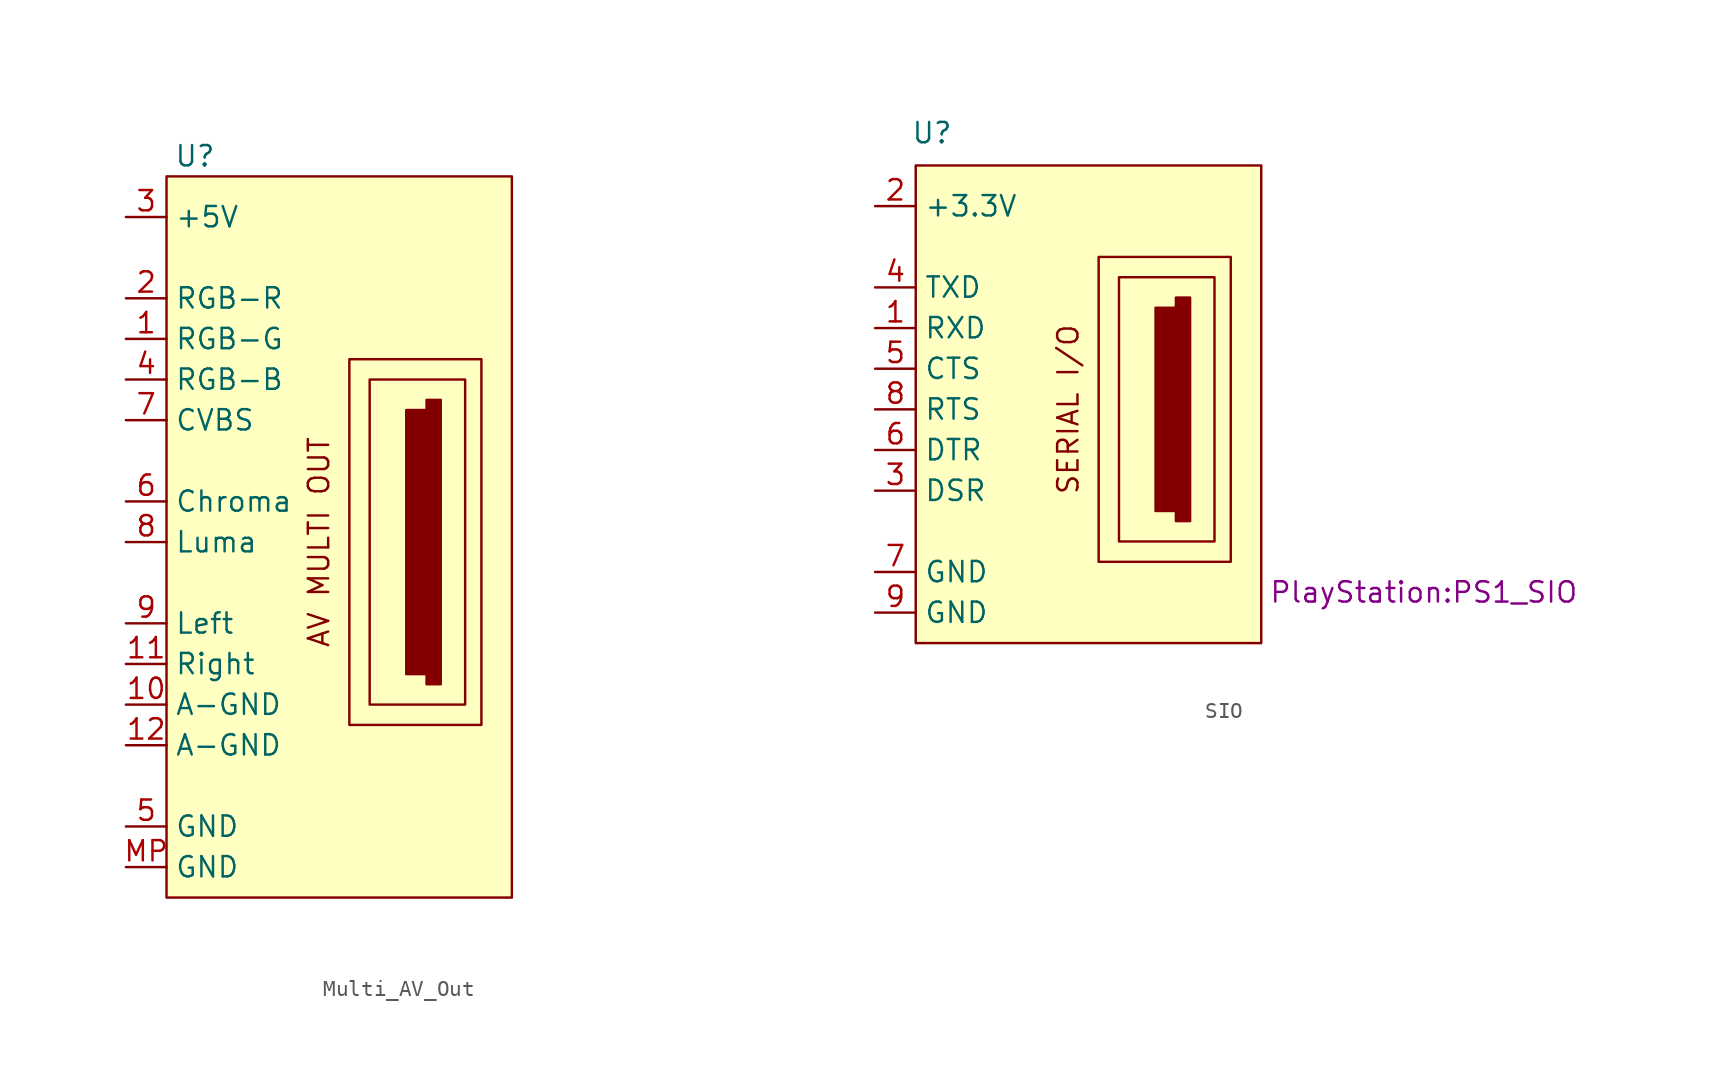
<source format=kicad_sym>
(kicad_symbol_lib
  (version 20231120)
  (generator "kicad_symbol_editor")
  (generator_version "8.0")
  (symbol "Multi_AV_Out"
    (property "Reference" "U"
      (at -8.382 24.13 0)
      (effects (font (size 1.27 1.27))))
    (property "Value" ""
      (at 21.59 -11.43 0)
      (effects (font (size 1.27 1.27))))
    (symbol "Multi_AV_Out_1_1"
      (rectangle (start -10.16 22.86) (end 11.43 -22.225) (stroke (width 0) (type default)) (fill (type background)))
      (rectangle (start 1.27 11.43) (end 9.525 -11.43) (stroke (width 0) (type default)) (fill (type none)))
      (rectangle (start 2.54 10.16) (end 8.509 -10.16) (stroke (width 0) (type default)) (fill (type none)))
      (rectangle (start 4.826 8.255) (end 6.35 -8.255) (stroke (width 0) (type default)) (fill (type outline)))
      (rectangle (start 6.096 8.89) (end 6.985 -8.89) (stroke (width 0) (type default)) (fill (type outline)))
      (text "AV MULTI OUT" (at -0.635 0 900) (effects (font (size 1.27 1.27))))
      (pin passive line (at -12.7 12.7 0) (length 2.54) (name "RGB-G" (effects (font (size 1.27 1.27)))) (number "1" (effects (font (size 1.27 1.27)))))
      (pin passive line (at -12.7 -10.16 0) (length 2.54) (name "A-GND" (effects (font (size 1.27 1.27)))) (number "10" (effects (font (size 1.27 1.27)))))
      (pin passive line (at -12.7 -7.62 0) (length 2.54) (name "Right" (effects (font (size 1.27 1.27)))) (number "11" (effects (font (size 1.27 1.27)))))
      (pin passive line (at -12.7 -12.7 0) (length 2.54) (name "A-GND" (effects (font (size 1.27 1.27)))) (number "12" (effects (font (size 1.27 1.27)))))
      (pin passive line (at -12.7 15.24 0) (length 2.54) (name "RGB-R" (effects (font (size 1.27 1.27)))) (number "2" (effects (font (size 1.27 1.27)))))
      (pin passive line (at -12.7 20.32 0) (length 2.54) (name "+5V" (effects (font (size 1.27 1.27)))) (number "3" (effects (font (size 1.27 1.27)))))
      (pin passive line (at -12.7 10.16 0) (length 2.54) (name "RGB-B" (effects (font (size 1.27 1.27)))) (number "4" (effects (font (size 1.27 1.27)))))
      (pin passive line (at -12.7 -17.78 0) (length 2.54) (name "GND" (effects (font (size 1.27 1.27)))) (number "5" (effects (font (size 1.27 1.27)))))
      (pin passive line (at -12.7 2.54 0) (length 2.54) (name "Chroma" (effects (font (size 1.27 1.27)))) (number "6" (effects (font (size 1.27 1.27)))))
      (pin passive line (at -12.7 7.62 0) (length 2.54) (name "CVBS" (effects (font (size 1.27 1.27)))) (number "7" (effects (font (size 1.27 1.27)))))
      (pin passive line (at -12.7 0 0) (length 2.54) (name "Luma" (effects (font (size 1.27 1.27)))) (number "8" (effects (font (size 1.27 1.27)))))
      (pin passive line (at -12.7 -5.08 0) (length 2.54) (name "Left" (effects (font (size 1.27 1.27)))) (number "9" (effects (font (size 1.27 1.27)))))
      (pin passive line (at -12.7 -20.32 0) (length 2.54) (name "GND" (effects (font (size 1.27 1.27)))) (number "MP" (effects (font (size 1.27 1.27)))))))
  (symbol "SIO"
    (property "Reference" "U"
      (at -9.144 17.272 0)
      (effects (font (size 1.27 1.27))))
    (property "Value" ""
      (at 21.59 -11.43 0)
      (effects (font (size 1.27 1.27))))
    (property "Footprint" "PlayStation:PS1_SIO"
      (at 21.59 -11.43 0)
      (effects (font (size 1.27 1.27))))
    (symbol "SIO_1_1"
      (rectangle (start -10.16 15.24) (end 11.43 -14.605) (stroke (width 0) (type default)) (fill (type background)))
      (rectangle (start 1.27 9.525) (end 9.525 -9.525) (stroke (width 0) (type default)) (fill (type none)))
      (rectangle (start 2.54 8.255) (end 8.509 -8.255) (stroke (width 0) (type default)) (fill (type none)))
      (rectangle (start 4.826 6.35) (end 6.35 -6.35) (stroke (width 0) (type default)) (fill (type outline)))
      (rectangle (start 6.096 6.985) (end 6.985 -6.985) (stroke (width 0) (type default)) (fill (type outline)))
      (text "SERIAL I/O" (at -0.635 0 900) (effects (font (size 1.27 1.27))))
      (pin passive line (at -12.7 5.08 0) (length 2.54) (name "RXD" (effects (font (size 1.27 1.27)))) (number "1" (effects (font (size 1.27 1.27)))))
      (pin passive line (at -12.7 12.7 0) (length 2.54) (name "+3.3V" (effects (font (size 1.27 1.27)))) (number "2" (effects (font (size 1.27 1.27)))))
      (pin passive line (at -12.7 -5.08 0) (length 2.54) (name "DSR" (effects (font (size 1.27 1.27)))) (number "3" (effects (font (size 1.27 1.27)))))
      (pin passive line (at -12.7 7.62 0) (length 2.54) (name "TXD" (effects (font (size 1.27 1.27)))) (number "4" (effects (font (size 1.27 1.27)))))
      (pin passive line (at -12.7 2.54 0) (length 2.54) (name "CTS" (effects (font (size 1.27 1.27)))) (number "5" (effects (font (size 1.27 1.27)))))
      (pin passive line (at -12.7 -2.54 0) (length 2.54) (name "DTR" (effects (font (size 1.27 1.27)))) (number "6" (effects (font (size 1.27 1.27)))))
      (pin passive line (at -12.7 -10.16 0) (length 2.54) (name "GND" (effects (font (size 1.27 1.27)))) (number "7" (effects (font (size 1.27 1.27)))))
      (pin passive line (at -12.7 0 0) (length 2.54) (name "RTS" (effects (font (size 1.27 1.27)))) (number "8" (effects (font (size 1.27 1.27)))))
      (pin passive line (at -12.7 -12.7 0) (length 2.54) (name "GND" (effects (font (size 1.27 1.27)))) (number "9" (effects (font (size 1.27 1.27))))))))
</source>
